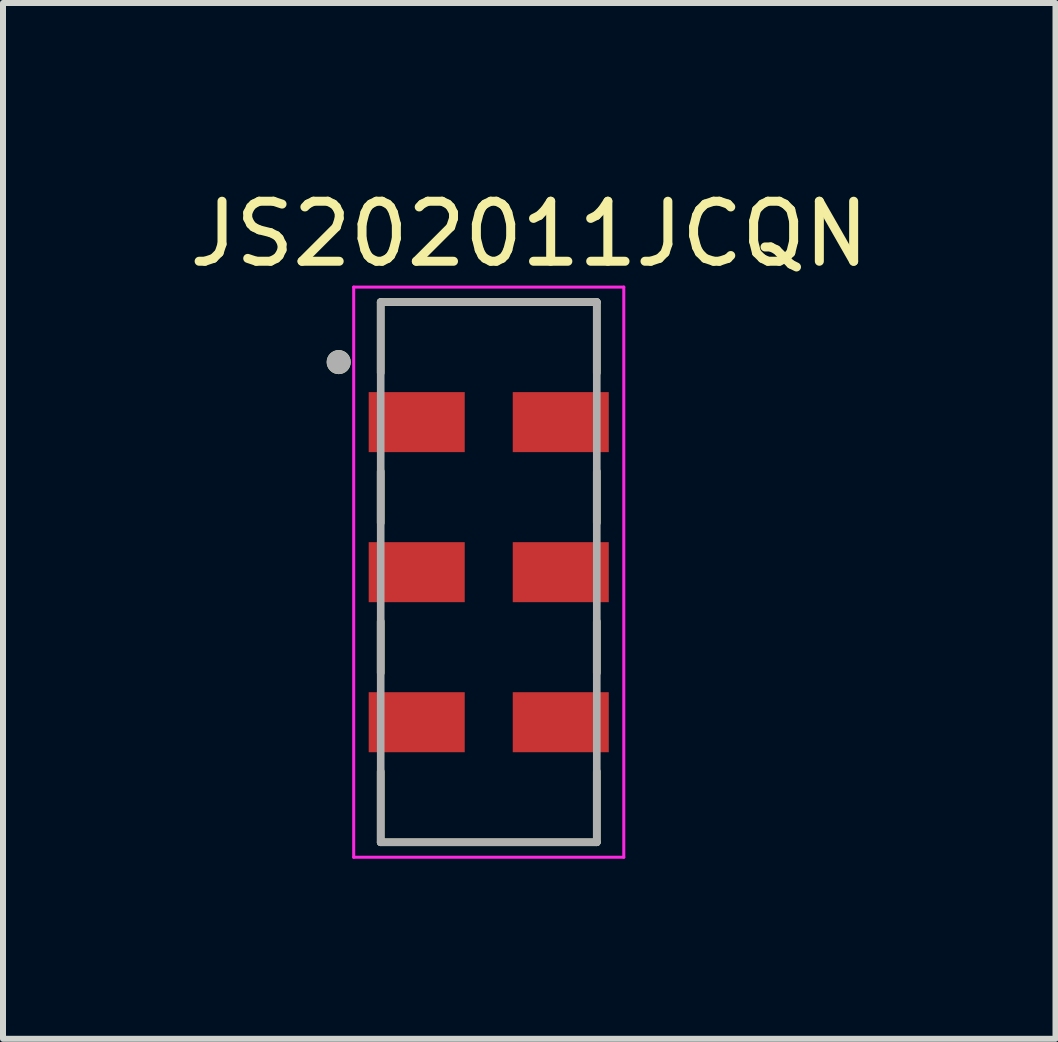
<source format=kicad_pcb>
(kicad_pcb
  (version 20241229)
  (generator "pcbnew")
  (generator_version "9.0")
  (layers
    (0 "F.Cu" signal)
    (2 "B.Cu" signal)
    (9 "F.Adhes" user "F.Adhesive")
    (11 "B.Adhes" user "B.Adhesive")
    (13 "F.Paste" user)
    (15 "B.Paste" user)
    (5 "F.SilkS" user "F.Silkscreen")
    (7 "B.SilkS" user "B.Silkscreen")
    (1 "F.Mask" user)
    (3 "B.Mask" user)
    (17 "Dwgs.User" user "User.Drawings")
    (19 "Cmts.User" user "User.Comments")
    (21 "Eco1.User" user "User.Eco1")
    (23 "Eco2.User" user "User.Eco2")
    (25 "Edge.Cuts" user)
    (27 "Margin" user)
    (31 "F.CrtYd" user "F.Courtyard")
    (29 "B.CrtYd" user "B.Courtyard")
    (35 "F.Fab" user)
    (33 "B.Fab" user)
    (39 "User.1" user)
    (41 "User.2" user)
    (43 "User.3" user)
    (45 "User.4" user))
  (footprint "JS202011JCQN"
    (layer "F.Cu")
    (at 5.093 6.483)
    (property "Reference" "JS202011JCQN" (at 0.675 -5.635 0) (layer "F.SilkS") (effects (font (size 1 1) (thickness 0.15))))
    (attr smd)
    (fp_line (start -1.8 -4.5) (end 1.8 -4.5) (stroke (width 0.127) (type solid)) (layer "F.SilkS"))
    (fp_line (start -1.8 -3.32) (end -1.8 -4.5) (stroke (width 0.127) (type solid)) (layer "F.SilkS"))
    (fp_line (start -1.8 -0.82) (end -1.8 -1.68) (stroke (width 0.127) (type solid)) (layer "F.SilkS"))
    (fp_line (start -1.8 1.68) (end -1.8 0.82) (stroke (width 0.127) (type solid)) (layer "F.SilkS"))
    (fp_line (start -1.8 4.5) (end -1.8 3.32) (stroke (width 0.127) (type solid)) (layer "F.SilkS"))
    (fp_line (start 1.8 -4.5) (end 1.8 -3.32) (stroke (width 0.127) (type solid)) (layer "F.SilkS"))
    (fp_line (start 1.8 -1.68) (end 1.8 -0.82) (stroke (width 0.127) (type solid)) (layer "F.SilkS"))
    (fp_line (start 1.8 0.82) (end 1.8 1.68) (stroke (width 0.127) (type solid)) (layer "F.SilkS"))
    (fp_line (start 1.8 3.32) (end 1.8 4.5) (stroke (width 0.127) (type solid)) (layer "F.SilkS"))
    (fp_line (start 1.8 4.5) (end -1.8 4.5) (stroke (width 0.127) (type solid)) (layer "F.SilkS"))
    (fp_circle (center -2.5 -3.5) (end -2.4 -3.5) (stroke (width 0.2) (type solid)) (fill no) (layer "F.SilkS"))
    (fp_line (start -2.25 -4.75) (end 2.25 -4.75) (stroke (width 0.05) (type solid)) (layer "F.CrtYd"))
    (fp_line (start -2.25 4.75) (end -2.25 -4.75) (stroke (width 0.05) (type solid)) (layer "F.CrtYd"))
    (fp_line (start 2.25 -4.75) (end 2.25 4.75) (stroke (width 0.05) (type solid)) (layer "F.CrtYd"))
    (fp_line (start 2.25 4.75) (end -2.25 4.75) (stroke (width 0.05) (type solid)) (layer "F.CrtYd"))
    (fp_line (start -1.8 -4.5) (end 1.8 -4.5) (stroke (width 0.127) (type solid)) (layer "F.Fab"))
    (fp_line (start -1.8 4.5) (end -1.8 -4.5) (stroke (width 0.127) (type solid)) (layer "F.Fab"))
    (fp_line (start 1.8 -4.5) (end 1.8 4.5) (stroke (width 0.127) (type solid)) (layer "F.Fab"))
    (fp_line (start 1.8 4.5) (end -1.8 4.5) (stroke (width 0.127) (type solid)) (layer "F.Fab"))
    (fp_circle (center -2.5 -3.5) (end -2.4 -3.5) (stroke (width 0.2) (type solid)) (fill no) (layer "F.Fab"))
    (pad "1" smd rect (at -1.2 -2.5) (size 1.6 1) (layers "F.Cu" "F.Mask" "F.Paste"))
    (pad "2" smd rect (at -1.2 0) (size 1.6 1) (layers "F.Cu" "F.Mask" "F.Paste"))
    (pad "3" smd rect (at -1.2 2.5) (size 1.6 1) (layers "F.Cu" "F.Mask" "F.Paste"))
    (pad "5" smd rect (at 1.2 -2.5) (size 1.6 1) (layers "F.Cu" "F.Mask" "F.Paste"))
    (pad "6" smd rect (at 1.2 0) (size 1.6 1) (layers "F.Cu" "F.Mask" "F.Paste"))
    (pad "7" smd rect (at 1.2 2.5) (size 1.6 1) (layers "F.Cu" "F.Mask" "F.Paste")))
  (gr_rect
    (start -3 -3)
    (end 14.536 14.258)
    (stroke (width 0.1) (type default))
    (fill no)
    (layer "Edge.Cuts")))
</source>
